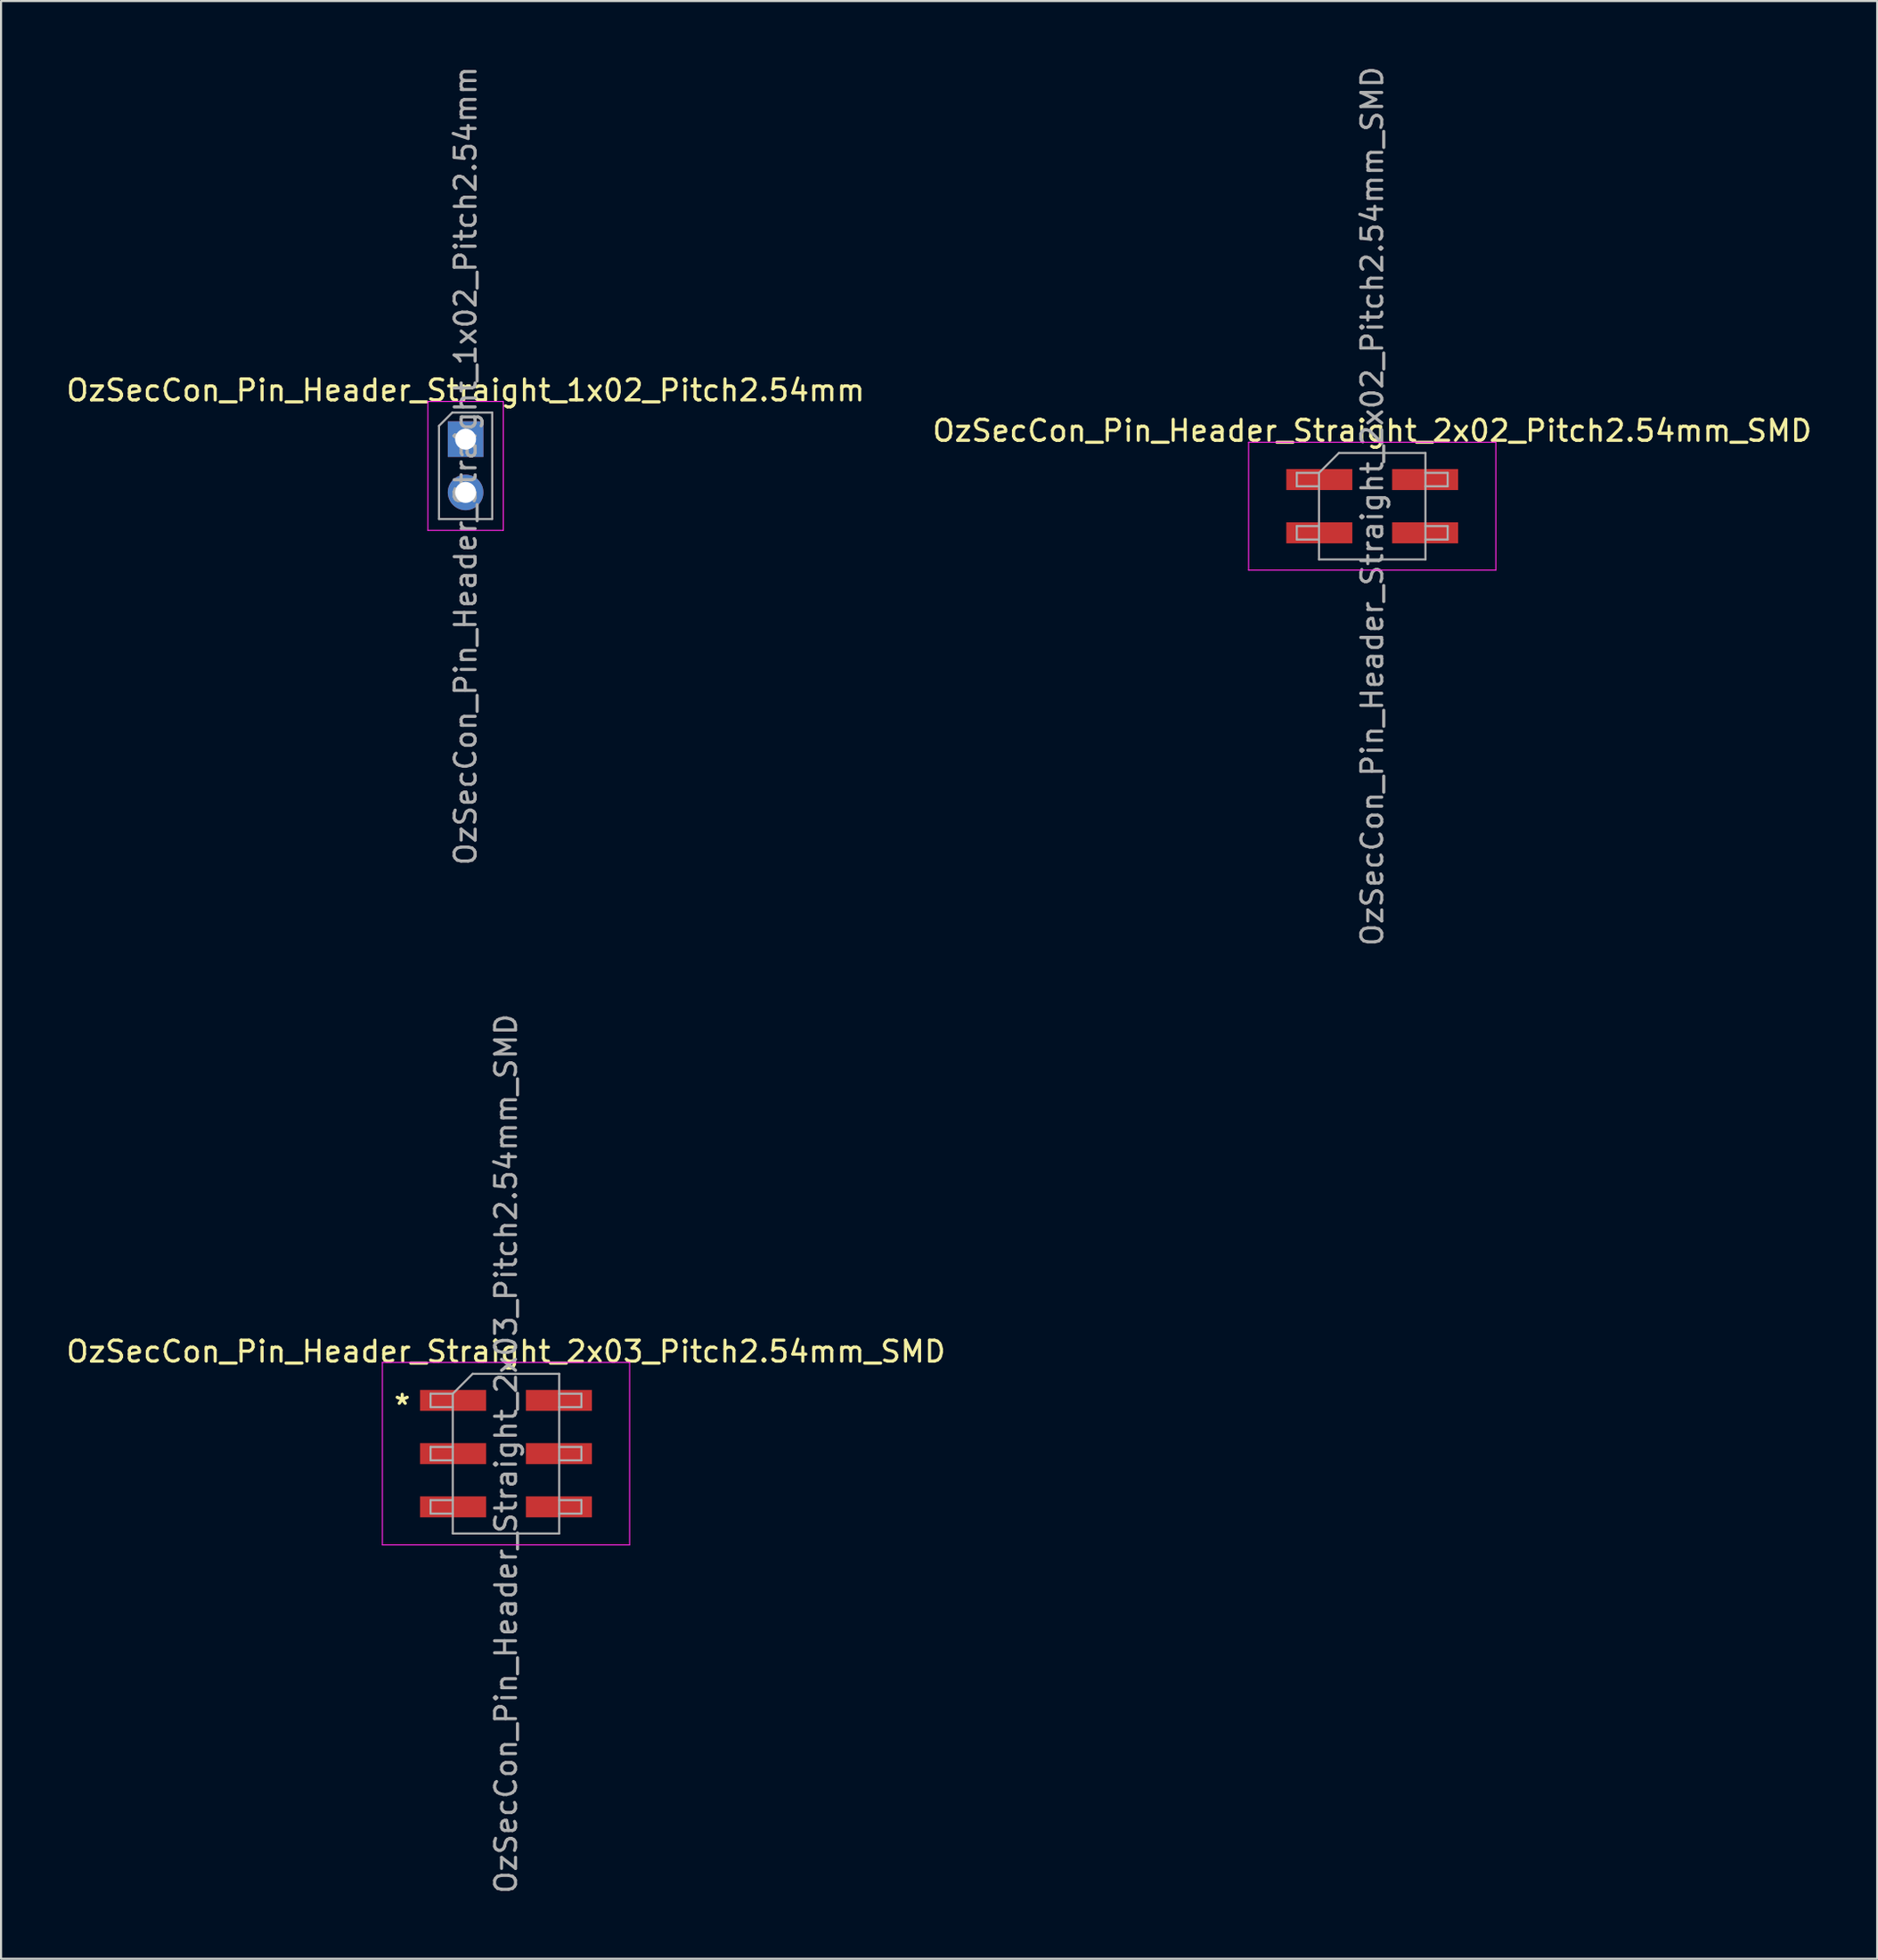
<source format=kicad_pcb>
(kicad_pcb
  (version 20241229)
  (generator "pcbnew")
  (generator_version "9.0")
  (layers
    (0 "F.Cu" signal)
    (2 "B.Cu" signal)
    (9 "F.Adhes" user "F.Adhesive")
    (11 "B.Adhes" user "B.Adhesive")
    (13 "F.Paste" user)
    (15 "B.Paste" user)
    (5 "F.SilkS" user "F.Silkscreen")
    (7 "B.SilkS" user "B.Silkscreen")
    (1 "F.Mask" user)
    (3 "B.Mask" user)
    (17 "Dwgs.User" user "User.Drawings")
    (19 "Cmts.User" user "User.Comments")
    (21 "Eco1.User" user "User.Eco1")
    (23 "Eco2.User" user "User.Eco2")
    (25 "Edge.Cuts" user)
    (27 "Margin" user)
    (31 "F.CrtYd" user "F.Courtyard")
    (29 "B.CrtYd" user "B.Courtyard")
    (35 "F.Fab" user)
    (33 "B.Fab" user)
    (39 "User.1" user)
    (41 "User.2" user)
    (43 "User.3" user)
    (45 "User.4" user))
  (footprint "OzSecCon_Pin_Header_Straight_1x02_Pitch2.54mm"
    (layer "F.Cu")
    (at 19.173 17.903)
    (property "Reference" "OzSecCon_Pin_Header_Straight_1x02_Pitch2.54mm" (at 0 -2.33 0) (layer "F.SilkS") (effects (font (size 1 1) (thickness 0.15))))
    (attr through_hole)
    (fp_line (start -1.8 -1.8) (end -1.8 4.35) (stroke (width 0.05) (type solid)) (layer "F.CrtYd"))
    (fp_line (start -1.8 4.35) (end 1.8 4.35) (stroke (width 0.05) (type solid)) (layer "F.CrtYd"))
    (fp_line (start 1.8 -1.8) (end -1.8 -1.8) (stroke (width 0.05) (type solid)) (layer "F.CrtYd"))
    (fp_line (start 1.8 4.35) (end 1.8 -1.8) (stroke (width 0.05) (type solid)) (layer "F.CrtYd"))
    (fp_line (start -1.27 -0.635) (end -0.635 -1.27) (stroke (width 0.1) (type solid)) (layer "F.Fab"))
    (fp_line (start -1.27 3.81) (end -1.27 -0.635) (stroke (width 0.1) (type solid)) (layer "F.Fab"))
    (fp_line (start -0.635 -1.27) (end 1.27 -1.27) (stroke (width 0.1) (type solid)) (layer "F.Fab"))
    (fp_line (start 1.27 -1.27) (end 1.27 3.81) (stroke (width 0.1) (type solid)) (layer "F.Fab"))
    (fp_line (start 1.27 3.81) (end -1.27 3.81) (stroke (width 0.1) (type solid)) (layer "F.Fab"))
    (fp_text user "${REFERENCE}" (at 0 1.27 90) (layer "F.Fab") (effects (font (size 1 1) (thickness 0.15))))
    (pad "1" thru_hole rect (at 0 0) (size 1.7 1.7) (drill 1) (layers "*.Cu" "*.Mask"))
    (pad "2" thru_hole oval (at 0 2.54) (size 1.7 1.7) (drill 1) (layers "*.Cu" "*.Mask")))
  (footprint "OzSecCon_Pin_Header_Straight_2x03_Pitch2.54mm_SMD"
    (layer "F.Cu")
    (at 21.101 66.304)
    (property "Reference" "OzSecCon_Pin_Header_Straight_2x03_Pitch2.54mm_SMD" (at 0 -4.87 0) (layer "F.SilkS") (effects (font (size 1 1) (thickness 0.15))))
    (attr smd)
    (fp_line (start -5.9 -4.35) (end -5.9 4.35) (stroke (width 0.05) (type solid)) (layer "F.CrtYd"))
    (fp_line (start -5.9 4.35) (end 5.9 4.35) (stroke (width 0.05) (type solid)) (layer "F.CrtYd"))
    (fp_line (start 5.9 -4.35) (end -5.9 -4.35) (stroke (width 0.05) (type solid)) (layer "F.CrtYd"))
    (fp_line (start 5.9 4.35) (end 5.9 -4.35) (stroke (width 0.05) (type solid)) (layer "F.CrtYd"))
    (fp_line (start -3.6 -2.86) (end -3.6 -2.22) (stroke (width 0.1) (type solid)) (layer "F.Fab"))
    (fp_line (start -3.6 -2.22) (end -2.54 -2.22) (stroke (width 0.1) (type solid)) (layer "F.Fab"))
    (fp_line (start -3.6 -0.32) (end -3.6 0.32) (stroke (width 0.1) (type solid)) (layer "F.Fab"))
    (fp_line (start -3.6 0.32) (end -2.54 0.32) (stroke (width 0.1) (type solid)) (layer "F.Fab"))
    (fp_line (start -3.6 2.22) (end -3.6 2.86) (stroke (width 0.1) (type solid)) (layer "F.Fab"))
    (fp_line (start -3.6 2.86) (end -2.54 2.86) (stroke (width 0.1) (type solid)) (layer "F.Fab"))
    (fp_line (start -2.54 -2.86) (end -3.6 -2.86) (stroke (width 0.1) (type solid)) (layer "F.Fab"))
    (fp_line (start -2.54 -2.86) (end -1.59 -3.81) (stroke (width 0.1) (type solid)) (layer "F.Fab"))
    (fp_line (start -2.54 -0.32) (end -3.6 -0.32) (stroke (width 0.1) (type solid)) (layer "F.Fab"))
    (fp_line (start -2.54 2.22) (end -3.6 2.22) (stroke (width 0.1) (type solid)) (layer "F.Fab"))
    (fp_line (start -2.54 3.81) (end -2.54 -2.86) (stroke (width 0.1) (type solid)) (layer "F.Fab"))
    (fp_line (start -1.59 -3.81) (end 2.54 -3.81) (stroke (width 0.1) (type solid)) (layer "F.Fab"))
    (fp_line (start 2.54 -3.81) (end 2.54 3.81) (stroke (width 0.1) (type solid)) (layer "F.Fab"))
    (fp_line (start 2.54 -2.86) (end 3.6 -2.86) (stroke (width 0.1) (type solid)) (layer "F.Fab"))
    (fp_line (start 2.54 -0.32) (end 3.6 -0.32) (stroke (width 0.1) (type solid)) (layer "F.Fab"))
    (fp_line (start 2.54 2.22) (end 3.6 2.22) (stroke (width 0.1) (type solid)) (layer "F.Fab"))
    (fp_line (start 2.54 3.81) (end -2.54 3.81) (stroke (width 0.1) (type solid)) (layer "F.Fab"))
    (fp_line (start 3.6 -2.86) (end 3.6 -2.22) (stroke (width 0.1) (type solid)) (layer "F.Fab"))
    (fp_line (start 3.6 -2.22) (end 2.54 -2.22) (stroke (width 0.1) (type solid)) (layer "F.Fab"))
    (fp_line (start 3.6 -0.32) (end 3.6 0.32) (stroke (width 0.1) (type solid)) (layer "F.Fab"))
    (fp_line (start 3.6 0.32) (end 2.54 0.32) (stroke (width 0.1) (type solid)) (layer "F.Fab"))
    (fp_line (start 3.6 2.22) (end 3.6 2.86) (stroke (width 0.1) (type solid)) (layer "F.Fab"))
    (fp_line (start 3.6 2.86) (end 2.54 2.86) (stroke (width 0.1) (type solid)) (layer "F.Fab"))
    (fp_text user "*" (at -4.953 -2.286 0) (layer "F.SilkS") (effects (font (size 1 1) (thickness 0.15))))
    (fp_text user "${REFERENCE}" (at 0 0 90) (layer "F.Fab") (effects (font (size 1 1) (thickness 0.15))))
    (pad "1" smd rect (at -2.525 -2.54) (size 3.15 1) (layers "F.Cu" "F.Mask" "F.Paste"))
    (pad "2" smd rect (at 2.525 -2.54) (size 3.15 1) (layers "F.Cu" "F.Mask" "F.Paste"))
    (pad "3" smd rect (at -2.525 0) (size 3.15 1) (layers "F.Cu" "F.Mask" "F.Paste"))
    (pad "4" smd rect (at 2.525 0) (size 3.15 1) (layers "F.Cu" "F.Mask" "F.Paste"))
    (pad "5" smd rect (at -2.525 2.54) (size 3.15 1) (layers "F.Cu" "F.Mask" "F.Paste"))
    (pad "6" smd rect (at 2.525 2.54) (size 3.15 1) (layers "F.Cu" "F.Mask" "F.Paste")))
  (footprint "OzSecCon_Pin_Header_Straight_2x02_Pitch2.54mm_SMD"
    (layer "F.Cu")
    (at 62.446 21.101)
    (property "Reference" "OzSecCon_Pin_Header_Straight_2x02_Pitch2.54mm_SMD" (at 0 -3.6 0) (layer "F.SilkS") (effects (font (size 1 1) (thickness 0.15))))
    (attr smd)
    (fp_line (start -5.9 -3.05) (end -5.9 3.05) (stroke (width 0.05) (type solid)) (layer "F.CrtYd"))
    (fp_line (start -5.9 3.05) (end 5.9 3.05) (stroke (width 0.05) (type solid)) (layer "F.CrtYd"))
    (fp_line (start 5.9 -3.05) (end -5.9 -3.05) (stroke (width 0.05) (type solid)) (layer "F.CrtYd"))
    (fp_line (start 5.9 3.05) (end 5.9 -3.05) (stroke (width 0.05) (type solid)) (layer "F.CrtYd"))
    (fp_line (start -3.6 -1.59) (end -3.6 -0.95) (stroke (width 0.1) (type solid)) (layer "F.Fab"))
    (fp_line (start -3.6 -0.95) (end -2.54 -0.95) (stroke (width 0.1) (type solid)) (layer "F.Fab"))
    (fp_line (start -3.6 0.95) (end -3.6 1.59) (stroke (width 0.1) (type solid)) (layer "F.Fab"))
    (fp_line (start -3.6 1.59) (end -2.54 1.59) (stroke (width 0.1) (type solid)) (layer "F.Fab"))
    (fp_line (start -2.54 -1.59) (end -3.6 -1.59) (stroke (width 0.1) (type solid)) (layer "F.Fab"))
    (fp_line (start -2.54 -1.59) (end -1.59 -2.54) (stroke (width 0.1) (type solid)) (layer "F.Fab"))
    (fp_line (start -2.54 0.95) (end -3.6 0.95) (stroke (width 0.1) (type solid)) (layer "F.Fab"))
    (fp_line (start -2.54 2.54) (end -2.54 -1.59) (stroke (width 0.1) (type solid)) (layer "F.Fab"))
    (fp_line (start -1.59 -2.54) (end 2.54 -2.54) (stroke (width 0.1) (type solid)) (layer "F.Fab"))
    (fp_line (start 2.54 -2.54) (end 2.54 2.54) (stroke (width 0.1) (type solid)) (layer "F.Fab"))
    (fp_line (start 2.54 -1.59) (end 3.6 -1.59) (stroke (width 0.1) (type solid)) (layer "F.Fab"))
    (fp_line (start 2.54 0.95) (end 3.6 0.95) (stroke (width 0.1) (type solid)) (layer "F.Fab"))
    (fp_line (start 2.54 2.54) (end -2.54 2.54) (stroke (width 0.1) (type solid)) (layer "F.Fab"))
    (fp_line (start 3.6 -1.59) (end 3.6 -0.95) (stroke (width 0.1) (type solid)) (layer "F.Fab"))
    (fp_line (start 3.6 -0.95) (end 2.54 -0.95) (stroke (width 0.1) (type solid)) (layer "F.Fab"))
    (fp_line (start 3.6 0.95) (end 3.6 1.59) (stroke (width 0.1) (type solid)) (layer "F.Fab"))
    (fp_line (start 3.6 1.59) (end 2.54 1.59) (stroke (width 0.1) (type solid)) (layer "F.Fab"))
    (fp_text user "${REFERENCE}" (at 0 0 90) (layer "F.Fab") (effects (font (size 1 1) (thickness 0.15))))
    (pad "1" smd rect (at -2.525 -1.27) (size 3.15 1) (layers "F.Cu" "F.Mask" "F.Paste"))
    (pad "2" smd rect (at 2.525 -1.27) (size 3.15 1) (layers "F.Cu" "F.Mask" "F.Paste"))
    (pad "3" smd rect (at -2.525 1.27) (size 3.15 1) (layers "F.Cu" "F.Mask" "F.Paste"))
    (pad "4" smd rect (at 2.525 1.27) (size 3.15 1) (layers "F.Cu" "F.Mask" "F.Paste")))
  (gr_rect
    (start -3 -3)
    (end 86.548 90.405)
    (stroke (width 0.1) (type default))
    (fill no)
    (layer "Edge.Cuts")))
</source>
